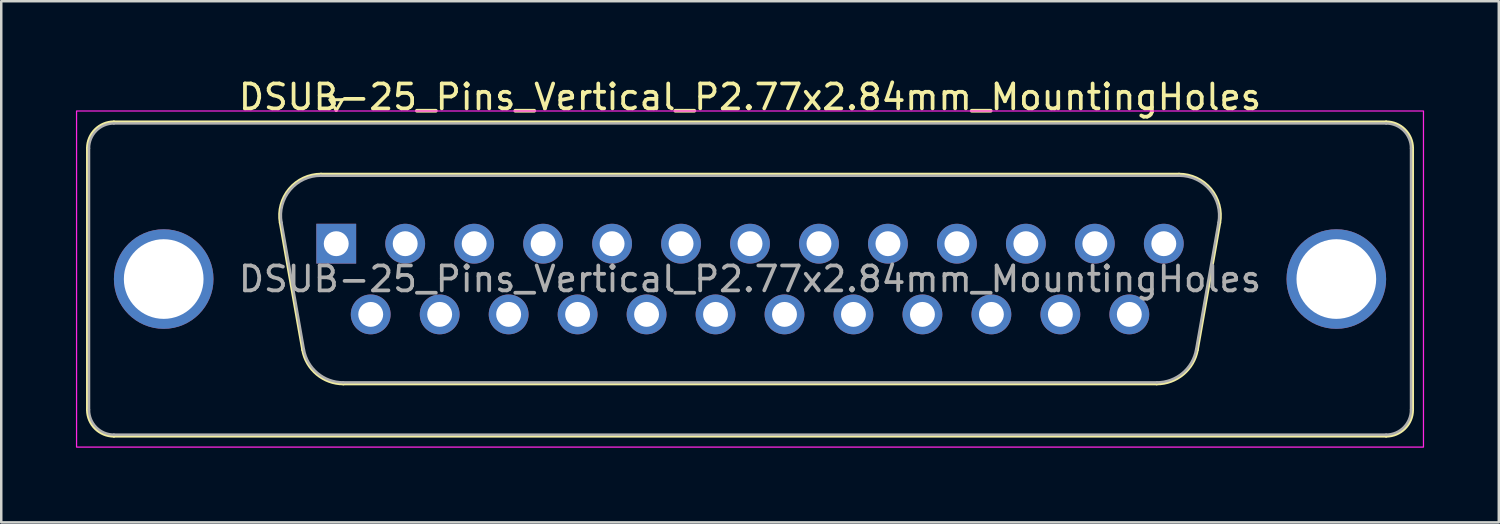
<source format=kicad_pcb>
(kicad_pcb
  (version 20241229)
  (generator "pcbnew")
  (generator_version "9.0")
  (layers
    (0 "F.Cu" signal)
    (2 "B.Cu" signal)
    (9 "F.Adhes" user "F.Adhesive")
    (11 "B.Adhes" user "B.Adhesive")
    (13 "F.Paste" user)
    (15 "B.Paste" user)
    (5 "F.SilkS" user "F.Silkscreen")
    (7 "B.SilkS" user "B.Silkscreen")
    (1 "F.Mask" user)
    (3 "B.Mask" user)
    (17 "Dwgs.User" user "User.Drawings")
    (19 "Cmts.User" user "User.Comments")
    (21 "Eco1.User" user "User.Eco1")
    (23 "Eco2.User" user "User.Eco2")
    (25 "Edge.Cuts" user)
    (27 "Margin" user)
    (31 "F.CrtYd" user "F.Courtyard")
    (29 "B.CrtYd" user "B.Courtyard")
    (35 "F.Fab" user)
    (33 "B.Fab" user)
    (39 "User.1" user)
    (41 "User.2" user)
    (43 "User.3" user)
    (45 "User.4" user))
  (footprint "DSUB-25_Pins_Vertical_P2.77x2.84mm_MountingHoles"
    (layer "F.Cu")
    (at 10.455 6.738)
    (property "Reference" "DSUB-25_Pins_Vertical_P2.77x2.84mm_MountingHoles" (at 16.62 -5.89 0) (layer "F.SilkS") (effects (font (size 1 1) (thickness 0.15))))
    (attr through_hole)
    (fp_line (start -9.99 6.67) (end -9.99 -3.83) (stroke (width 0.12) (type solid)) (layer "F.SilkS"))
    (fp_line (start -8.93 -4.89) (end 42.17 -4.89) (stroke (width 0.12) (type solid)) (layer "F.SilkS"))
    (fp_line (start -1.347 4.258) (end -2.246 -0.842) (stroke (width 0.12) (type solid)) (layer "F.SilkS"))
    (fp_line (start -0.612 -2.79) (end 33.852 -2.79) (stroke (width 0.12) (type solid)) (layer "F.SilkS"))
    (fp_line (start -0.25 -5.784) (end 0.25 -5.784) (stroke (width 0.12) (type solid)) (layer "F.SilkS"))
    (fp_line (start 0 -5.351) (end -0.25 -5.784) (stroke (width 0.12) (type solid)) (layer "F.SilkS"))
    (fp_line (start 0.25 -5.784) (end 0 -5.351) (stroke (width 0.12) (type solid)) (layer "F.SilkS"))
    (fp_line (start 32.952 5.63) (end 0.288 5.63) (stroke (width 0.12) (type solid)) (layer "F.SilkS"))
    (fp_line (start 35.486 -0.842) (end 34.587 4.258) (stroke (width 0.12) (type solid)) (layer "F.SilkS"))
    (fp_line (start 42.17 7.73) (end -8.93 7.73) (stroke (width 0.12) (type solid)) (layer "F.SilkS"))
    (fp_line (start 43.23 -3.83) (end 43.23 6.67) (stroke (width 0.12) (type solid)) (layer "F.SilkS"))
    (fp_arc (start -9.99 -3.83) (mid -9.679533 -4.579533) (end -8.93 -4.89) (stroke (width 0.12) (type solid)) (layer "F.SilkS"))
    (fp_arc (start -8.93 7.73) (mid -9.679533 7.419533) (end -9.99 6.67) (stroke (width 0.12) (type solid)) (layer "F.SilkS"))
    (fp_arc (start -2.24647 -0.841744) (mid -1.883323 -2.197027) (end -0.611689 -2.79) (stroke (width 0.12) (type solid)) (layer "F.SilkS"))
    (fp_arc (start 0.287579 5.63) (mid -0.779449 5.241634) (end -1.347202 4.258256) (stroke (width 0.12) (type solid)) (layer "F.SilkS"))
    (fp_arc (start 33.851689 -2.79) (mid 35.123323 -2.197027) (end 35.48647 -0.841744) (stroke (width 0.12) (type solid)) (layer "F.SilkS"))
    (fp_arc (start 34.587202 4.258256) (mid 34.019449 5.241634) (end 32.952421 5.63) (stroke (width 0.12) (type solid)) (layer "F.SilkS"))
    (fp_arc (start 42.17 -4.89) (mid 42.919533 -4.579533) (end 43.23 -3.83) (stroke (width 0.12) (type solid)) (layer "F.SilkS"))
    (fp_arc (start 43.23 6.67) (mid 42.919533 7.419533) (end 42.17 7.73) (stroke (width 0.12) (type solid)) (layer "F.SilkS"))
    (fp_rect (start -10.43 -5.33) (end 43.67 8.17) (stroke (width 0.05) (type solid)) (fill no) (layer "F.CrtYd"))
    (fp_line (start -9.93 6.67) (end -9.93 -3.83) (stroke (width 0.1) (type solid)) (layer "F.Fab"))
    (fp_line (start -8.93 -4.83) (end 42.17 -4.83) (stroke (width 0.1) (type solid)) (layer "F.Fab"))
    (fp_line (start -1.3 4.248) (end -2.199 -0.852) (stroke (width 0.1) (type solid)) (layer "F.Fab"))
    (fp_line (start -0.623 -2.73) (end 33.863 -2.73) (stroke (width 0.1) (type solid)) (layer "F.Fab"))
    (fp_line (start 32.964 5.57) (end 0.276 5.57) (stroke (width 0.1) (type solid)) (layer "F.Fab"))
    (fp_line (start 35.439 -0.852) (end 34.54 4.248) (stroke (width 0.1) (type solid)) (layer "F.Fab"))
    (fp_line (start 42.17 7.67) (end -8.93 7.67) (stroke (width 0.1) (type solid)) (layer "F.Fab"))
    (fp_line (start 43.17 -3.83) (end 43.17 6.67) (stroke (width 0.1) (type solid)) (layer "F.Fab"))
    (fp_arc (start -9.93 -3.83) (mid -9.637107 -4.537107) (end -8.93 -4.83) (stroke (width 0.1) (type solid)) (layer "F.Fab"))
    (fp_arc (start -8.93 7.67) (mid -9.637107 7.377107) (end -9.93 6.67) (stroke (width 0.1) (type solid)) (layer "F.Fab"))
    (fp_arc (start -2.198887 -0.852163) (mid -1.848865 -2.15846) (end -0.623194 -2.73) (stroke (width 0.1) (type solid)) (layer "F.Fab"))
    (fp_arc (start 0.276073 5.57) (mid -0.752387 5.195671) (end -1.299619 4.247837) (stroke (width 0.1) (type solid)) (layer "F.Fab"))
    (fp_arc (start 33.863194 -2.73) (mid 35.088865 -2.15846) (end 35.438887 -0.852163) (stroke (width 0.1) (type solid)) (layer "F.Fab"))
    (fp_arc (start 34.539619 4.247837) (mid 33.992387 5.195671) (end 32.963927 5.57) (stroke (width 0.1) (type solid)) (layer "F.Fab"))
    (fp_arc (start 42.17 -4.83) (mid 42.877107 -4.537107) (end 43.17 -3.83) (stroke (width 0.1) (type solid)) (layer "F.Fab"))
    (fp_arc (start 43.17 6.67) (mid 42.877107 7.377107) (end 42.17 7.67) (stroke (width 0.1) (type solid)) (layer "F.Fab"))
    (fp_text user "${REFERENCE}" (at 16.62 1.42 0) (layer "F.Fab") (effects (font (size 1 1) (thickness 0.15))))
    (pad "1" thru_hole rect (at 0 0) (size 1.6 1.6) (drill 1) (layers "*.Cu" "*.Mask"))
    (pad "2" thru_hole circle (at 2.77 0) (size 1.6 1.6) (drill 1) (layers "*.Cu" "*.Mask"))
    (pad "3" thru_hole circle (at 5.54 0) (size 1.6 1.6) (drill 1) (layers "*.Cu" "*.Mask"))
    (pad "4" thru_hole circle (at 8.31 0) (size 1.6 1.6) (drill 1) (layers "*.Cu" "*.Mask"))
    (pad "5" thru_hole circle (at 11.08 0) (size 1.6 1.6) (drill 1) (layers "*.Cu" "*.Mask"))
    (pad "6" thru_hole circle (at 13.85 0) (size 1.6 1.6) (drill 1) (layers "*.Cu" "*.Mask"))
    (pad "7" thru_hole circle (at 16.62 0) (size 1.6 1.6) (drill 1) (layers "*.Cu" "*.Mask"))
    (pad "8" thru_hole circle (at 19.39 0) (size 1.6 1.6) (drill 1) (layers "*.Cu" "*.Mask"))
    (pad "9" thru_hole circle (at 22.16 0) (size 1.6 1.6) (drill 1) (layers "*.Cu" "*.Mask"))
    (pad "10" thru_hole circle (at 24.93 0) (size 1.6 1.6) (drill 1) (layers "*.Cu" "*.Mask"))
    (pad "11" thru_hole circle (at 27.7 0) (size 1.6 1.6) (drill 1) (layers "*.Cu" "*.Mask"))
    (pad "12" thru_hole circle (at 30.47 0) (size 1.6 1.6) (drill 1) (layers "*.Cu" "*.Mask"))
    (pad "13" thru_hole circle (at 33.24 0) (size 1.6 1.6) (drill 1) (layers "*.Cu" "*.Mask"))
    (pad "14" thru_hole circle (at 1.385 2.84) (size 1.6 1.6) (drill 1) (layers "*.Cu" "*.Mask"))
    (pad "15" thru_hole circle (at 4.155 2.84) (size 1.6 1.6) (drill 1) (layers "*.Cu" "*.Mask"))
    (pad "16" thru_hole circle (at 6.925 2.84) (size 1.6 1.6) (drill 1) (layers "*.Cu" "*.Mask"))
    (pad "17" thru_hole circle (at 9.695 2.84) (size 1.6 1.6) (drill 1) (layers "*.Cu" "*.Mask"))
    (pad "18" thru_hole circle (at 12.465 2.84) (size 1.6 1.6) (drill 1) (layers "*.Cu" "*.Mask"))
    (pad "19" thru_hole circle (at 15.235 2.84) (size 1.6 1.6) (drill 1) (layers "*.Cu" "*.Mask"))
    (pad "20" thru_hole circle (at 18.005 2.84) (size 1.6 1.6) (drill 1) (layers "*.Cu" "*.Mask"))
    (pad "21" thru_hole circle (at 20.775 2.84) (size 1.6 1.6) (drill 1) (layers "*.Cu" "*.Mask"))
    (pad "22" thru_hole circle (at 23.545 2.84) (size 1.6 1.6) (drill 1) (layers "*.Cu" "*.Mask"))
    (pad "23" thru_hole circle (at 26.315 2.84) (size 1.6 1.6) (drill 1) (layers "*.Cu" "*.Mask"))
    (pad "24" thru_hole circle (at 29.085 2.84) (size 1.6 1.6) (drill 1) (layers "*.Cu" "*.Mask"))
    (pad "25" thru_hole circle (at 31.855 2.84) (size 1.6 1.6) (drill 1) (layers "*.Cu" "*.Mask"))
    (pad "SH" thru_hole circle (at -6.93 1.42) (size 4 4) (drill 3.2) (layers "*.Cu" "*.Mask"))
    (pad "SH" thru_hole circle (at 40.17 1.42) (size 4 4) (drill 3.2) (layers "*.Cu" "*.Mask")))
  (gr_rect
    (start -3 -3)
    (end 57.15 17.933)
    (stroke (width 0.1) (type default))
    (fill no)
    (layer "Edge.Cuts")))
</source>
